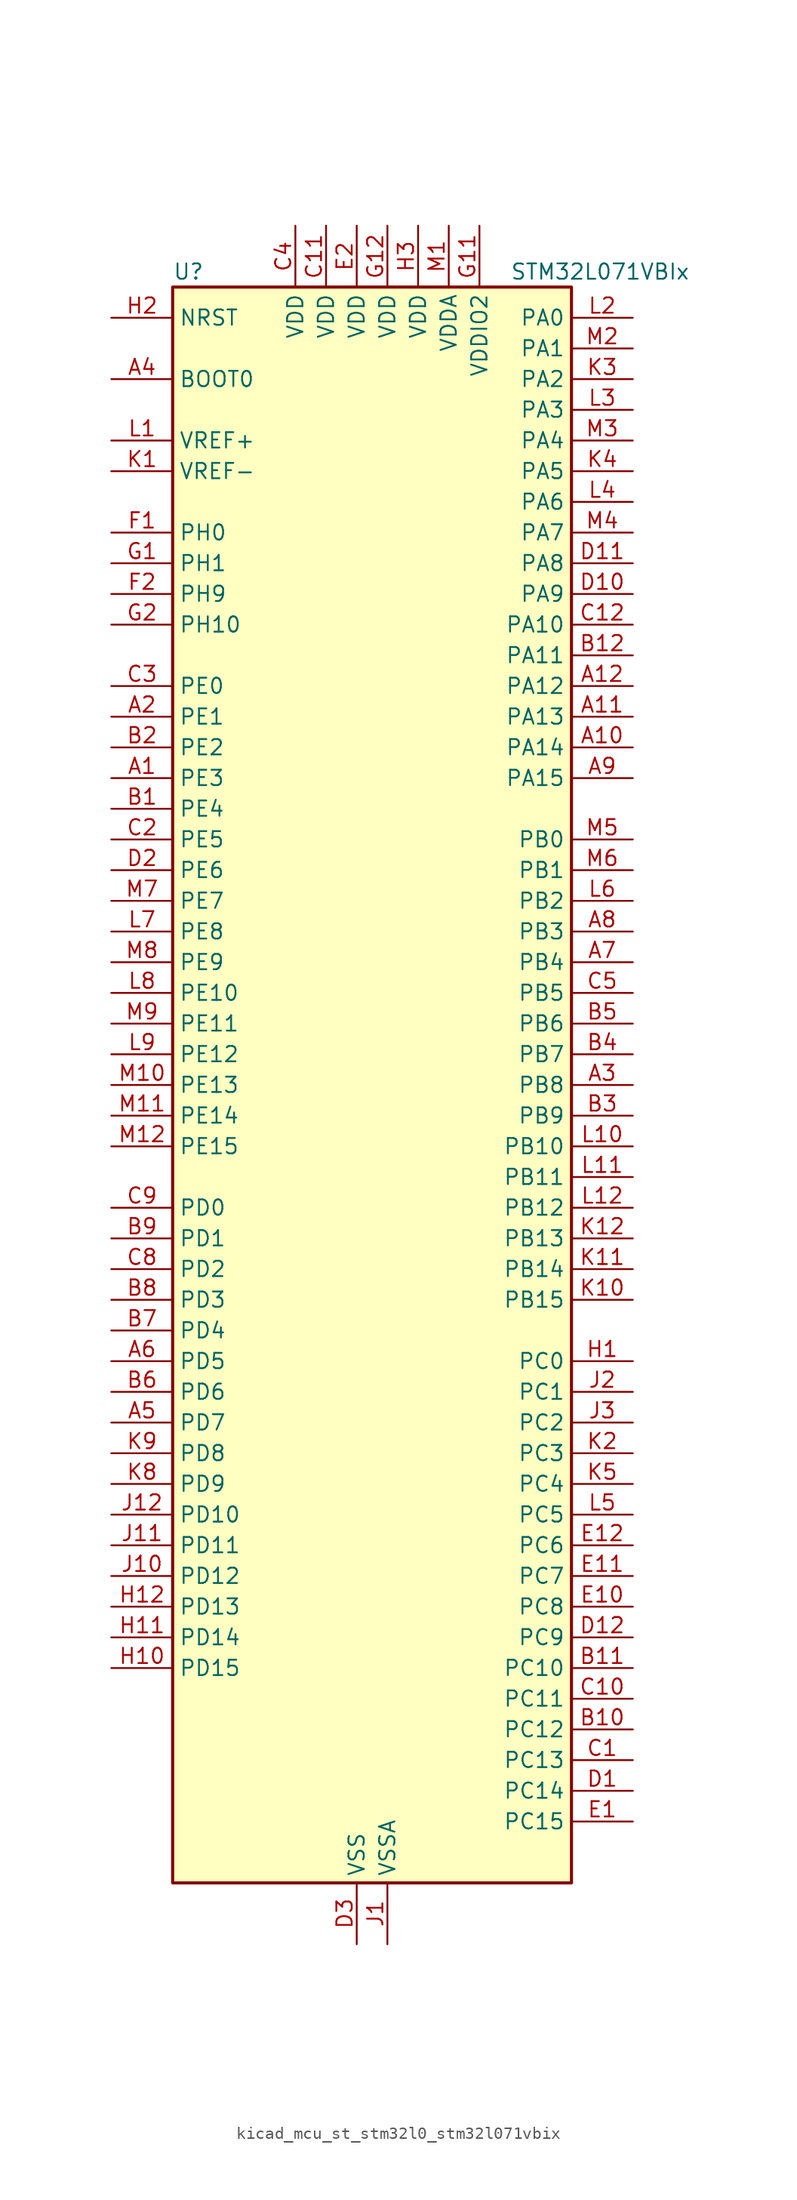
<source format=kicad_sym>
(kicad_symbol_lib
  (version 20220914)
  (generator kicad_symbol_editor)
  (symbol "kicad_mcu_st_stm32l0_stm32l071vbix"
    (property "Reference" "U"
      (at -15.24 67.31 0)
      (effects (font (size 1.27 1.27)) (justify left)))
    (property "Value" "STM32L071VBIx"
      (at 12.7 67.31 0)
      (effects (font (size 1.27 1.27)) (justify left)))
    (property "ki_locked" ""
      (at 0 0 0)
      (effects (font (size 1.27 1.27))))
    (symbol "kicad_mcu_st_stm32l0_stm32l071vbix_0_1"
      (rectangle (start -15.24 -66.04) (end 17.78 66.04) (stroke (width 0.254) (type default)) (fill (type background))))
    (symbol "kicad_mcu_st_stm32l0_stm32l071vbix_1_1"
      (pin bidirectional line (at -20.32 25.4 0) (length 5.08) (name "PE3" (effects (font (size 1.27 1.27)))) (number "A1" (effects (font (size 1.27 1.27)))) (alternate "TIM22_CH1" bidirectional line) (alternate "TIM3_CH1" bidirectional line))
      (pin bidirectional line (at 22.86 27.94 180) (length 5.08) (name "PA14" (effects (font (size 1.27 1.27)))) (number "A10" (effects (font (size 1.27 1.27)))) (alternate "LPUART1_TX" bidirectional line) (alternate "SYS_SWCLK" bidirectional line) (alternate "USART2_TX" bidirectional line))
      (pin bidirectional line (at 22.86 30.48 180) (length 5.08) (name "PA13" (effects (font (size 1.27 1.27)))) (number "A11" (effects (font (size 1.27 1.27)))) (alternate "LPUART1_RX" bidirectional line) (alternate "SYS_SWDIO" bidirectional line))
      (pin bidirectional line (at 22.86 33.02 180) (length 5.08) (name "PA12" (effects (font (size 1.27 1.27)))) (number "A12" (effects (font (size 1.27 1.27)))) (alternate "COMP2_OUT" bidirectional line) (alternate "SPI1_MOSI" bidirectional line) (alternate "USART1_DE" bidirectional line) (alternate "USART1_RTS" bidirectional line))
      (pin bidirectional line (at -20.32 30.48 0) (length 5.08) (name "PE1" (effects (font (size 1.27 1.27)))) (number "A2" (effects (font (size 1.27 1.27)))))
      (pin bidirectional line (at 22.86 0 180) (length 5.08) (name "PB8" (effects (font (size 1.27 1.27)))) (number "A3" (effects (font (size 1.27 1.27)))) (alternate "I2C1_SCL" bidirectional line))
      (pin input line (at -20.32 58.42 0) (length 5.08) (name "BOOT0" (effects (font (size 1.27 1.27)))) (number "A4" (effects (font (size 1.27 1.27)))))
      (pin bidirectional line (at -20.32 -27.94 0) (length 5.08) (name "PD7" (effects (font (size 1.27 1.27)))) (number "A5" (effects (font (size 1.27 1.27)))) (alternate "TIM21_CH2" bidirectional line) (alternate "USART2_CK" bidirectional line))
      (pin bidirectional line (at -20.32 -22.86 0) (length 5.08) (name "PD5" (effects (font (size 1.27 1.27)))) (number "A6" (effects (font (size 1.27 1.27)))) (alternate "USART2_TX" bidirectional line))
      (pin bidirectional line (at 22.86 10.16 180) (length 5.08) (name "PB4" (effects (font (size 1.27 1.27)))) (number "A7" (effects (font (size 1.27 1.27)))) (alternate "COMP2_INP" bidirectional line) (alternate "I2C3_SDA" bidirectional line) (alternate "SPI1_MISO" bidirectional line) (alternate "TIM22_CH1" bidirectional line) (alternate "TIM3_CH1" bidirectional line) (alternate "USART1_CTS" bidirectional line) (alternate "USART5_RX" bidirectional line))
      (pin bidirectional line (at 22.86 12.7 180) (length 5.08) (name "PB3" (effects (font (size 1.27 1.27)))) (number "A8" (effects (font (size 1.27 1.27)))) (alternate "COMP2_INM" bidirectional line) (alternate "SPI1_SCK" bidirectional line) (alternate "TIM2_CH2" bidirectional line) (alternate "USART1_DE" bidirectional line) (alternate "USART1_RTS" bidirectional line) (alternate "USART5_TX" bidirectional line))
      (pin bidirectional line (at 22.86 25.4 180) (length 5.08) (name "PA15" (effects (font (size 1.27 1.27)))) (number "A9" (effects (font (size 1.27 1.27)))) (alternate "SPI1_NSS" bidirectional line) (alternate "TIM2_CH1" bidirectional line) (alternate "TIM2_ETR" bidirectional line) (alternate "USART2_RX" bidirectional line) (alternate "USART4_DE" bidirectional line) (alternate "USART4_RTS" bidirectional line))
      (pin bidirectional line (at -20.32 22.86 0) (length 5.08) (name "PE4" (effects (font (size 1.27 1.27)))) (number "B1" (effects (font (size 1.27 1.27)))) (alternate "TIM22_CH2" bidirectional line) (alternate "TIM3_CH2" bidirectional line))
      (pin bidirectional line (at 22.86 -53.34 180) (length 5.08) (name "PC12" (effects (font (size 1.27 1.27)))) (number "B10" (effects (font (size 1.27 1.27)))) (alternate "USART4_CK" bidirectional line) (alternate "USART5_TX" bidirectional line))
      (pin bidirectional line (at 22.86 -48.26 180) (length 5.08) (name "PC10" (effects (font (size 1.27 1.27)))) (number "B11" (effects (font (size 1.27 1.27)))) (alternate "LPUART1_TX" bidirectional line) (alternate "USART4_TX" bidirectional line))
      (pin bidirectional line (at 22.86 35.56 180) (length 5.08) (name "PA11" (effects (font (size 1.27 1.27)))) (number "B12" (effects (font (size 1.27 1.27)))) (alternate "ADC_EXTI11" bidirectional line) (alternate "COMP1_OUT" bidirectional line) (alternate "SPI1_MISO" bidirectional line) (alternate "USART1_CTS" bidirectional line))
      (pin bidirectional line (at -20.32 27.94 0) (length 5.08) (name "PE2" (effects (font (size 1.27 1.27)))) (number "B2" (effects (font (size 1.27 1.27)))) (alternate "TIM3_ETR" bidirectional line))
      (pin bidirectional line (at 22.86 -2.54 180) (length 5.08) (name "PB9" (effects (font (size 1.27 1.27)))) (number "B3" (effects (font (size 1.27 1.27)))) (alternate "I2C1_SDA" bidirectional line) (alternate "I2S2_WS" bidirectional line) (alternate "SPI2_NSS" bidirectional line))
      (pin bidirectional line (at 22.86 2.54 180) (length 5.08) (name "PB7" (effects (font (size 1.27 1.27)))) (number "B4" (effects (font (size 1.27 1.27)))) (alternate "COMP2_INP" bidirectional line) (alternate "I2C1_SDA" bidirectional line) (alternate "LPTIM1_IN2" bidirectional line) (alternate "SYS_PVD_IN" bidirectional line) (alternate "USART1_RX" bidirectional line) (alternate "USART4_CTS" bidirectional line))
      (pin bidirectional line (at 22.86 5.08 180) (length 5.08) (name "PB6" (effects (font (size 1.27 1.27)))) (number "B5" (effects (font (size 1.27 1.27)))) (alternate "COMP2_INP" bidirectional line) (alternate "I2C1_SCL" bidirectional line) (alternate "LPTIM1_ETR" bidirectional line) (alternate "USART1_TX" bidirectional line))
      (pin bidirectional line (at -20.32 -25.4 0) (length 5.08) (name "PD6" (effects (font (size 1.27 1.27)))) (number "B6" (effects (font (size 1.27 1.27)))) (alternate "USART2_RX" bidirectional line))
      (pin bidirectional line (at -20.32 -20.32 0) (length 5.08) (name "PD4" (effects (font (size 1.27 1.27)))) (number "B7" (effects (font (size 1.27 1.27)))) (alternate "I2S2_SD" bidirectional line) (alternate "SPI2_MOSI" bidirectional line) (alternate "USART2_DE" bidirectional line) (alternate "USART2_RTS" bidirectional line))
      (pin bidirectional line (at -20.32 -17.78 0) (length 5.08) (name "PD3" (effects (font (size 1.27 1.27)))) (number "B8" (effects (font (size 1.27 1.27)))) (alternate "I2S2_MCK" bidirectional line) (alternate "SPI2_MISO" bidirectional line) (alternate "USART2_CTS" bidirectional line))
      (pin bidirectional line (at -20.32 -12.7 0) (length 5.08) (name "PD1" (effects (font (size 1.27 1.27)))) (number "B9" (effects (font (size 1.27 1.27)))) (alternate "I2S2_CK" bidirectional line) (alternate "SPI2_SCK" bidirectional line))
      (pin bidirectional line (at 22.86 -55.88 180) (length 5.08) (name "PC13" (effects (font (size 1.27 1.27)))) (number "C1" (effects (font (size 1.27 1.27)))) (alternate "RTC_OUT_ALARM" bidirectional line) (alternate "RTC_OUT_CALIB" bidirectional line) (alternate "RTC_TAMP1" bidirectional line) (alternate "RTC_TS" bidirectional line) (alternate "SYS_WKUP2" bidirectional line))
      (pin bidirectional line (at 22.86 -50.8 180) (length 5.08) (name "PC11" (effects (font (size 1.27 1.27)))) (number "C10" (effects (font (size 1.27 1.27)))) (alternate "ADC_EXTI11" bidirectional line) (alternate "LPUART1_RX" bidirectional line) (alternate "USART4_RX" bidirectional line))
      (pin power_in line (at -2.54 71.12 270) (length 5.08) (name "VDD" (effects (font (size 1.27 1.27)))) (number "C11" (effects (font (size 1.27 1.27)))))
      (pin bidirectional line (at 22.86 38.1 180) (length 5.08) (name "PA10" (effects (font (size 1.27 1.27)))) (number "C12" (effects (font (size 1.27 1.27)))) (alternate "I2C1_SDA" bidirectional line) (alternate "USART1_RX" bidirectional line))
      (pin bidirectional line (at -20.32 20.32 0) (length 5.08) (name "PE5" (effects (font (size 1.27 1.27)))) (number "C2" (effects (font (size 1.27 1.27)))) (alternate "TIM21_CH1" bidirectional line) (alternate "TIM3_CH3" bidirectional line))
      (pin bidirectional line (at -20.32 33.02 0) (length 5.08) (name "PE0" (effects (font (size 1.27 1.27)))) (number "C3" (effects (font (size 1.27 1.27)))))
      (pin power_in line (at -5.08 71.12 270) (length 5.08) (name "VDD" (effects (font (size 1.27 1.27)))) (number "C4" (effects (font (size 1.27 1.27)))))
      (pin bidirectional line (at 22.86 7.62 180) (length 5.08) (name "PB5" (effects (font (size 1.27 1.27)))) (number "C5" (effects (font (size 1.27 1.27)))) (alternate "COMP2_INP" bidirectional line) (alternate "I2C1_SMBA" bidirectional line) (alternate "LPTIM1_IN1" bidirectional line) (alternate "SPI1_MOSI" bidirectional line) (alternate "TIM22_CH2" bidirectional line) (alternate "TIM3_CH2" bidirectional line) (alternate "USART1_CK" bidirectional line) (alternate "USART5_CK" bidirectional line) (alternate "USART5_DE" bidirectional line) (alternate "USART5_RTS" bidirectional line))
      (pin bidirectional line (at -20.32 -15.24 0) (length 5.08) (name "PD2" (effects (font (size 1.27 1.27)))) (number "C8" (effects (font (size 1.27 1.27)))) (alternate "LPUART1_DE" bidirectional line) (alternate "LPUART1_RTS" bidirectional line) (alternate "TIM3_ETR" bidirectional line) (alternate "USART5_RX" bidirectional line))
      (pin bidirectional line (at -20.32 -10.16 0) (length 5.08) (name "PD0" (effects (font (size 1.27 1.27)))) (number "C9" (effects (font (size 1.27 1.27)))) (alternate "I2S2_WS" bidirectional line) (alternate "SPI2_NSS" bidirectional line) (alternate "TIM21_CH1" bidirectional line))
      (pin bidirectional line (at 22.86 -58.42 180) (length 5.08) (name "PC14" (effects (font (size 1.27 1.27)))) (number "D1" (effects (font (size 1.27 1.27)))) (alternate "RCC_OSC32_IN" bidirectional line))
      (pin bidirectional line (at 22.86 40.64 180) (length 5.08) (name "PA9" (effects (font (size 1.27 1.27)))) (number "D10" (effects (font (size 1.27 1.27)))) (alternate "I2C1_SCL" bidirectional line) (alternate "I2C3_SMBA" bidirectional line) (alternate "RCC_MCO" bidirectional line) (alternate "USART1_TX" bidirectional line))
      (pin bidirectional line (at 22.86 43.18 180) (length 5.08) (name "PA8" (effects (font (size 1.27 1.27)))) (number "D11" (effects (font (size 1.27 1.27)))) (alternate "I2C3_SCL" bidirectional line) (alternate "RCC_MCO" bidirectional line) (alternate "USART1_CK" bidirectional line))
      (pin bidirectional line (at 22.86 -45.72 180) (length 5.08) (name "PC9" (effects (font (size 1.27 1.27)))) (number "D12" (effects (font (size 1.27 1.27)))) (alternate "I2C3_SDA" bidirectional line) (alternate "TIM21_ETR" bidirectional line) (alternate "TIM3_CH4" bidirectional line))
      (pin bidirectional line (at -20.32 17.78 0) (length 5.08) (name "PE6" (effects (font (size 1.27 1.27)))) (number "D2" (effects (font (size 1.27 1.27)))) (alternate "RTC_TAMP3" bidirectional line) (alternate "SYS_WKUP3" bidirectional line) (alternate "TIM21_CH2" bidirectional line) (alternate "TIM3_CH4" bidirectional line))
      (pin power_in line (at 0 -71.12 90) (length 5.08) (name "VSS" (effects (font (size 1.27 1.27)))) (number "D3" (effects (font (size 1.27 1.27)))))
      (pin bidirectional line (at 22.86 -60.96 180) (length 5.08) (name "PC15" (effects (font (size 1.27 1.27)))) (number "E1" (effects (font (size 1.27 1.27)))) (alternate "RCC_OSC32_OUT" bidirectional line))
      (pin bidirectional line (at 22.86 -43.18 180) (length 5.08) (name "PC8" (effects (font (size 1.27 1.27)))) (number "E10" (effects (font (size 1.27 1.27)))) (alternate "TIM22_ETR" bidirectional line) (alternate "TIM3_CH3" bidirectional line))
      (pin bidirectional line (at 22.86 -40.64 180) (length 5.08) (name "PC7" (effects (font (size 1.27 1.27)))) (number "E11" (effects (font (size 1.27 1.27)))) (alternate "TIM22_CH2" bidirectional line) (alternate "TIM3_CH2" bidirectional line))
      (pin bidirectional line (at 22.86 -38.1 180) (length 5.08) (name "PC6" (effects (font (size 1.27 1.27)))) (number "E12" (effects (font (size 1.27 1.27)))) (alternate "TIM22_CH1" bidirectional line) (alternate "TIM3_CH1" bidirectional line))
      (pin power_in line (at 0 71.12 270) (length 5.08) (name "VDD" (effects (font (size 1.27 1.27)))) (number "E2" (effects (font (size 1.27 1.27)))))
      (pin passive line (at 0 -71.12 90) (length 5.08) hide (name "VSS" (effects (font (size 1.27 1.27)))) (number "E3" (effects (font (size 1.27 1.27)))))
      (pin bidirectional line (at -20.32 45.72 0) (length 5.08) (name "PH0" (effects (font (size 1.27 1.27)))) (number "F1" (effects (font (size 1.27 1.27)))) (alternate "RCC_OSC_IN" bidirectional line))
      (pin passive line (at 0 -71.12 90) (length 5.08) hide (name "VSS" (effects (font (size 1.27 1.27)))) (number "F11" (effects (font (size 1.27 1.27)))))
      (pin passive line (at 0 -71.12 90) (length 5.08) hide (name "VSS" (effects (font (size 1.27 1.27)))) (number "F12" (effects (font (size 1.27 1.27)))))
      (pin bidirectional line (at -20.32 40.64 0) (length 5.08) (name "PH9" (effects (font (size 1.27 1.27)))) (number "F2" (effects (font (size 1.27 1.27)))))
      (pin bidirectional line (at -20.32 43.18 0) (length 5.08) (name "PH1" (effects (font (size 1.27 1.27)))) (number "G1" (effects (font (size 1.27 1.27)))) (alternate "RCC_OSC_OUT" bidirectional line))
      (pin power_in line (at 10.16 71.12 270) (length 5.08) (name "VDDIO2" (effects (font (size 1.27 1.27)))) (number "G11" (effects (font (size 1.27 1.27)))))
      (pin power_in line (at 2.54 71.12 270) (length 5.08) (name "VDD" (effects (font (size 1.27 1.27)))) (number "G12" (effects (font (size 1.27 1.27)))))
      (pin bidirectional line (at -20.32 38.1 0) (length 5.08) (name "PH10" (effects (font (size 1.27 1.27)))) (number "G2" (effects (font (size 1.27 1.27)))))
      (pin bidirectional line (at 22.86 -22.86 180) (length 5.08) (name "PC0" (effects (font (size 1.27 1.27)))) (number "H1" (effects (font (size 1.27 1.27)))) (alternate "ADC_IN10" bidirectional line) (alternate "I2C3_SCL" bidirectional line) (alternate "LPTIM1_IN1" bidirectional line) (alternate "LPUART1_RX" bidirectional line))
      (pin bidirectional line (at -20.32 -48.26 0) (length 5.08) (name "PD15" (effects (font (size 1.27 1.27)))) (number "H10" (effects (font (size 1.27 1.27)))))
      (pin bidirectional line (at -20.32 -45.72 0) (length 5.08) (name "PD14" (effects (font (size 1.27 1.27)))) (number "H11" (effects (font (size 1.27 1.27)))))
      (pin bidirectional line (at -20.32 -43.18 0) (length 5.08) (name "PD13" (effects (font (size 1.27 1.27)))) (number "H12" (effects (font (size 1.27 1.27)))))
      (pin input line (at -20.32 63.5 0) (length 5.08) (name "NRST" (effects (font (size 1.27 1.27)))) (number "H2" (effects (font (size 1.27 1.27)))))
      (pin power_in line (at 5.08 71.12 270) (length 5.08) (name "VDD" (effects (font (size 1.27 1.27)))) (number "H3" (effects (font (size 1.27 1.27)))))
      (pin power_in line (at 2.54 -71.12 90) (length 5.08) (name "VSSA" (effects (font (size 1.27 1.27)))) (number "J1" (effects (font (size 1.27 1.27)))))
      (pin bidirectional line (at -20.32 -40.64 0) (length 5.08) (name "PD12" (effects (font (size 1.27 1.27)))) (number "J10" (effects (font (size 1.27 1.27)))) (alternate "LPUART1_DE" bidirectional line) (alternate "LPUART1_RTS" bidirectional line))
      (pin bidirectional line (at -20.32 -38.1 0) (length 5.08) (name "PD11" (effects (font (size 1.27 1.27)))) (number "J11" (effects (font (size 1.27 1.27)))) (alternate "ADC_EXTI11" bidirectional line) (alternate "LPUART1_CTS" bidirectional line))
      (pin bidirectional line (at -20.32 -35.56 0) (length 5.08) (name "PD10" (effects (font (size 1.27 1.27)))) (number "J12" (effects (font (size 1.27 1.27)))))
      (pin bidirectional line (at 22.86 -25.4 180) (length 5.08) (name "PC1" (effects (font (size 1.27 1.27)))) (number "J2" (effects (font (size 1.27 1.27)))) (alternate "ADC_IN11" bidirectional line) (alternate "I2C3_SDA" bidirectional line) (alternate "LPTIM1_OUT" bidirectional line) (alternate "LPUART1_TX" bidirectional line))
      (pin bidirectional line (at 22.86 -27.94 180) (length 5.08) (name "PC2" (effects (font (size 1.27 1.27)))) (number "J3" (effects (font (size 1.27 1.27)))) (alternate "ADC_IN12" bidirectional line) (alternate "I2S2_MCK" bidirectional line) (alternate "LPTIM1_IN2" bidirectional line) (alternate "SPI2_MISO" bidirectional line))
      (pin input line (at -20.32 50.8 0) (length 5.08) (name "VREF-" (effects (font (size 1.27 1.27)))) (number "K1" (effects (font (size 1.27 1.27)))))
      (pin bidirectional line (at 22.86 -17.78 180) (length 5.08) (name "PB15" (effects (font (size 1.27 1.27)))) (number "K10" (effects (font (size 1.27 1.27)))) (alternate "I2S2_SD" bidirectional line) (alternate "RTC_REFIN" bidirectional line) (alternate "SPI2_MOSI" bidirectional line))
      (pin bidirectional line (at 22.86 -15.24 180) (length 5.08) (name "PB14" (effects (font (size 1.27 1.27)))) (number "K11" (effects (font (size 1.27 1.27)))) (alternate "I2C2_SDA" bidirectional line) (alternate "I2S2_MCK" bidirectional line) (alternate "LPUART1_DE" bidirectional line) (alternate "LPUART1_RTS" bidirectional line) (alternate "RTC_OUT_ALARM" bidirectional line) (alternate "RTC_OUT_CALIB" bidirectional line) (alternate "SPI2_MISO" bidirectional line) (alternate "TIM21_CH2" bidirectional line))
      (pin bidirectional line (at 22.86 -12.7 180) (length 5.08) (name "PB13" (effects (font (size 1.27 1.27)))) (number "K12" (effects (font (size 1.27 1.27)))) (alternate "I2C2_SCL" bidirectional line) (alternate "I2S2_CK" bidirectional line) (alternate "LPUART1_CTS" bidirectional line) (alternate "RCC_MCO" bidirectional line) (alternate "SPI2_SCK" bidirectional line) (alternate "TIM21_CH1" bidirectional line))
      (pin bidirectional line (at 22.86 -30.48 180) (length 5.08) (name "PC3" (effects (font (size 1.27 1.27)))) (number "K2" (effects (font (size 1.27 1.27)))) (alternate "ADC_IN13" bidirectional line) (alternate "I2S2_SD" bidirectional line) (alternate "LPTIM1_ETR" bidirectional line) (alternate "SPI2_MOSI" bidirectional line))
      (pin bidirectional line (at 22.86 58.42 180) (length 5.08) (name "PA2" (effects (font (size 1.27 1.27)))) (number "K3" (effects (font (size 1.27 1.27)))) (alternate "ADC_IN2" bidirectional line) (alternate "COMP2_INM" bidirectional line) (alternate "COMP2_OUT" bidirectional line) (alternate "LPUART1_TX" bidirectional line) (alternate "TIM21_CH1" bidirectional line) (alternate "TIM2_CH3" bidirectional line) (alternate "USART2_TX" bidirectional line))
      (pin bidirectional line (at 22.86 50.8 180) (length 5.08) (name "PA5" (effects (font (size 1.27 1.27)))) (number "K4" (effects (font (size 1.27 1.27)))) (alternate "ADC_IN5" bidirectional line) (alternate "COMP1_INM" bidirectional line) (alternate "COMP2_INM" bidirectional line) (alternate "SPI1_SCK" bidirectional line) (alternate "TIM2_CH1" bidirectional line) (alternate "TIM2_ETR" bidirectional line))
      (pin bidirectional line (at 22.86 -33.02 180) (length 5.08) (name "PC4" (effects (font (size 1.27 1.27)))) (number "K5" (effects (font (size 1.27 1.27)))) (alternate "ADC_IN14" bidirectional line) (alternate "LPUART1_TX" bidirectional line))
      (pin bidirectional line (at -20.32 -33.02 0) (length 5.08) (name "PD9" (effects (font (size 1.27 1.27)))) (number "K8" (effects (font (size 1.27 1.27)))) (alternate "LPUART1_RX" bidirectional line))
      (pin bidirectional line (at -20.32 -30.48 0) (length 5.08) (name "PD8" (effects (font (size 1.27 1.27)))) (number "K9" (effects (font (size 1.27 1.27)))) (alternate "LPUART1_TX" bidirectional line))
      (pin input line (at -20.32 53.34 0) (length 5.08) (name "VREF+" (effects (font (size 1.27 1.27)))) (number "L1" (effects (font (size 1.27 1.27)))))
      (pin bidirectional line (at 22.86 -5.08 180) (length 5.08) (name "PB10" (effects (font (size 1.27 1.27)))) (number "L10" (effects (font (size 1.27 1.27)))) (alternate "I2C2_SCL" bidirectional line) (alternate "LPUART1_RX" bidirectional line) (alternate "LPUART1_TX" bidirectional line) (alternate "SPI2_SCK" bidirectional line) (alternate "TIM2_CH3" bidirectional line))
      (pin bidirectional line (at 22.86 -7.62 180) (length 5.08) (name "PB11" (effects (font (size 1.27 1.27)))) (number "L11" (effects (font (size 1.27 1.27)))) (alternate "ADC_EXTI11" bidirectional line) (alternate "I2C2_SDA" bidirectional line) (alternate "LPUART1_RX" bidirectional line) (alternate "LPUART1_TX" bidirectional line) (alternate "TIM2_CH4" bidirectional line))
      (pin bidirectional line (at 22.86 -10.16 180) (length 5.08) (name "PB12" (effects (font (size 1.27 1.27)))) (number "L12" (effects (font (size 1.27 1.27)))) (alternate "I2S2_WS" bidirectional line) (alternate "LPUART1_DE" bidirectional line) (alternate "LPUART1_RTS" bidirectional line) (alternate "SPI2_NSS" bidirectional line))
      (pin bidirectional line (at 22.86 63.5 180) (length 5.08) (name "PA0" (effects (font (size 1.27 1.27)))) (number "L2" (effects (font (size 1.27 1.27)))) (alternate "ADC_IN0" bidirectional line) (alternate "COMP1_INM" bidirectional line) (alternate "COMP1_OUT" bidirectional line) (alternate "RTC_TAMP2" bidirectional line) (alternate "SYS_WKUP1" bidirectional line) (alternate "TIM2_CH1" bidirectional line) (alternate "TIM2_ETR" bidirectional line) (alternate "USART2_CTS" bidirectional line) (alternate "USART4_TX" bidirectional line))
      (pin bidirectional line (at 22.86 55.88 180) (length 5.08) (name "PA3" (effects (font (size 1.27 1.27)))) (number "L3" (effects (font (size 1.27 1.27)))) (alternate "ADC_IN3" bidirectional line) (alternate "COMP2_INP" bidirectional line) (alternate "LPUART1_RX" bidirectional line) (alternate "TIM21_CH2" bidirectional line) (alternate "TIM2_CH4" bidirectional line) (alternate "USART2_RX" bidirectional line))
      (pin bidirectional line (at 22.86 48.26 180) (length 5.08) (name "PA6" (effects (font (size 1.27 1.27)))) (number "L4" (effects (font (size 1.27 1.27)))) (alternate "ADC_IN6" bidirectional line) (alternate "COMP1_OUT" bidirectional line) (alternate "LPUART1_CTS" bidirectional line) (alternate "SPI1_MISO" bidirectional line) (alternate "TIM22_CH1" bidirectional line) (alternate "TIM3_CH1" bidirectional line))
      (pin bidirectional line (at 22.86 -35.56 180) (length 5.08) (name "PC5" (effects (font (size 1.27 1.27)))) (number "L5" (effects (font (size 1.27 1.27)))) (alternate "ADC_IN15" bidirectional line) (alternate "LPUART1_RX" bidirectional line))
      (pin bidirectional line (at 22.86 15.24 180) (length 5.08) (name "PB2" (effects (font (size 1.27 1.27)))) (number "L6" (effects (font (size 1.27 1.27)))) (alternate "I2C3_SMBA" bidirectional line) (alternate "LPTIM1_OUT" bidirectional line))
      (pin bidirectional line (at -20.32 12.7 0) (length 5.08) (name "PE8" (effects (font (size 1.27 1.27)))) (number "L7" (effects (font (size 1.27 1.27)))) (alternate "USART4_TX" bidirectional line))
      (pin bidirectional line (at -20.32 7.62 0) (length 5.08) (name "PE10" (effects (font (size 1.27 1.27)))) (number "L8" (effects (font (size 1.27 1.27)))) (alternate "TIM2_CH2" bidirectional line) (alternate "USART5_TX" bidirectional line))
      (pin bidirectional line (at -20.32 2.54 0) (length 5.08) (name "PE12" (effects (font (size 1.27 1.27)))) (number "L9" (effects (font (size 1.27 1.27)))) (alternate "SPI1_NSS" bidirectional line) (alternate "TIM2_CH4" bidirectional line))
      (pin power_in line (at 7.62 71.12 270) (length 5.08) (name "VDDA" (effects (font (size 1.27 1.27)))) (number "M1" (effects (font (size 1.27 1.27)))))
      (pin bidirectional line (at -20.32 0 0) (length 5.08) (name "PE13" (effects (font (size 1.27 1.27)))) (number "M10" (effects (font (size 1.27 1.27)))) (alternate "SPI1_SCK" bidirectional line))
      (pin bidirectional line (at -20.32 -2.54 0) (length 5.08) (name "PE14" (effects (font (size 1.27 1.27)))) (number "M11" (effects (font (size 1.27 1.27)))) (alternate "SPI1_MISO" bidirectional line))
      (pin bidirectional line (at -20.32 -5.08 0) (length 5.08) (name "PE15" (effects (font (size 1.27 1.27)))) (number "M12" (effects (font (size 1.27 1.27)))) (alternate "SPI1_MOSI" bidirectional line))
      (pin bidirectional line (at 22.86 60.96 180) (length 5.08) (name "PA1" (effects (font (size 1.27 1.27)))) (number "M2" (effects (font (size 1.27 1.27)))) (alternate "ADC_IN1" bidirectional line) (alternate "COMP1_INP" bidirectional line) (alternate "TIM21_ETR" bidirectional line) (alternate "TIM2_CH2" bidirectional line) (alternate "USART2_DE" bidirectional line) (alternate "USART2_RTS" bidirectional line) (alternate "USART4_RX" bidirectional line))
      (pin bidirectional line (at 22.86 53.34 180) (length 5.08) (name "PA4" (effects (font (size 1.27 1.27)))) (number "M3" (effects (font (size 1.27 1.27)))) (alternate "ADC_IN4" bidirectional line) (alternate "COMP1_INM" bidirectional line) (alternate "COMP2_INM" bidirectional line) (alternate "SPI1_NSS" bidirectional line) (alternate "TIM22_ETR" bidirectional line) (alternate "USART2_CK" bidirectional line))
      (pin bidirectional line (at 22.86 45.72 180) (length 5.08) (name "PA7" (effects (font (size 1.27 1.27)))) (number "M4" (effects (font (size 1.27 1.27)))) (alternate "ADC_IN7" bidirectional line) (alternate "COMP2_OUT" bidirectional line) (alternate "SPI1_MOSI" bidirectional line) (alternate "TIM22_CH2" bidirectional line) (alternate "TIM3_CH2" bidirectional line))
      (pin bidirectional line (at 22.86 20.32 180) (length 5.08) (name "PB0" (effects (font (size 1.27 1.27)))) (number "M5" (effects (font (size 1.27 1.27)))) (alternate "ADC_IN8" bidirectional line) (alternate "SYS_VREF_OUT_PB0" bidirectional line) (alternate "TIM3_CH3" bidirectional line))
      (pin bidirectional line (at 22.86 17.78 180) (length 5.08) (name "PB1" (effects (font (size 1.27 1.27)))) (number "M6" (effects (font (size 1.27 1.27)))) (alternate "ADC_IN9" bidirectional line) (alternate "LPUART1_DE" bidirectional line) (alternate "LPUART1_RTS" bidirectional line) (alternate "SYS_VREF_OUT_PB1" bidirectional line) (alternate "TIM3_CH4" bidirectional line))
      (pin bidirectional line (at -20.32 15.24 0) (length 5.08) (name "PE7" (effects (font (size 1.27 1.27)))) (number "M7" (effects (font (size 1.27 1.27)))) (alternate "USART5_CK" bidirectional line) (alternate "USART5_DE" bidirectional line) (alternate "USART5_RTS" bidirectional line))
      (pin bidirectional line (at -20.32 10.16 0) (length 5.08) (name "PE9" (effects (font (size 1.27 1.27)))) (number "M8" (effects (font (size 1.27 1.27)))) (alternate "TIM2_CH1" bidirectional line) (alternate "TIM2_ETR" bidirectional line) (alternate "USART4_RX" bidirectional line))
      (pin bidirectional line (at -20.32 5.08 0) (length 5.08) (name "PE11" (effects (font (size 1.27 1.27)))) (number "M9" (effects (font (size 1.27 1.27)))) (alternate "ADC_EXTI11" bidirectional line) (alternate "TIM2_CH3" bidirectional line) (alternate "USART5_RX" bidirectional line)))))
</source>
